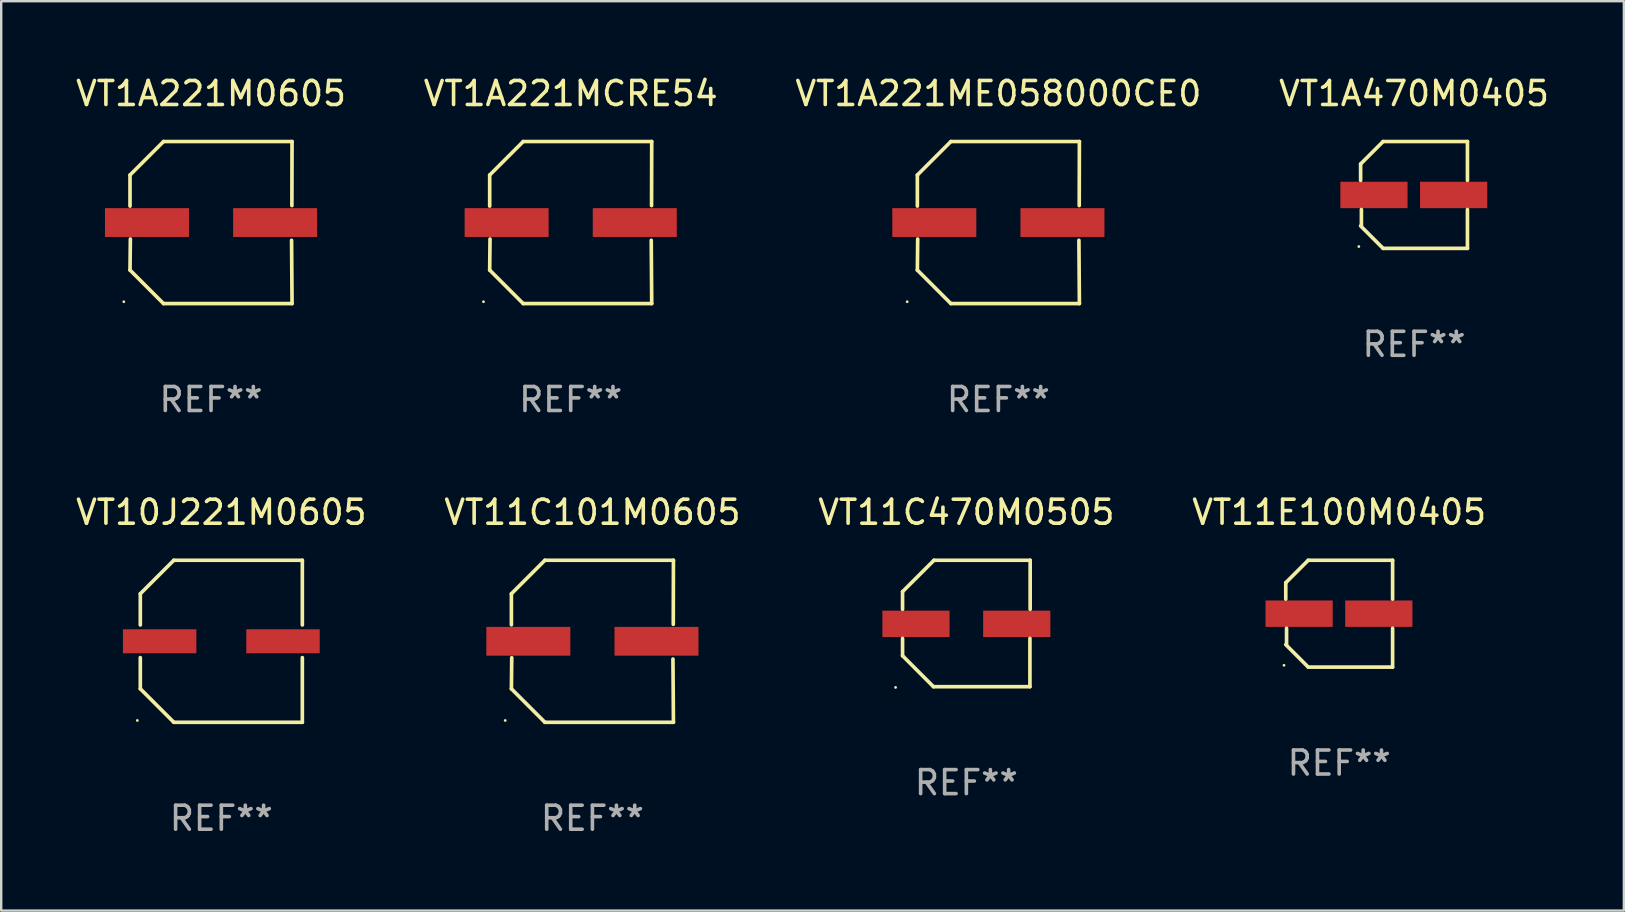
<source format=kicad_pcb>
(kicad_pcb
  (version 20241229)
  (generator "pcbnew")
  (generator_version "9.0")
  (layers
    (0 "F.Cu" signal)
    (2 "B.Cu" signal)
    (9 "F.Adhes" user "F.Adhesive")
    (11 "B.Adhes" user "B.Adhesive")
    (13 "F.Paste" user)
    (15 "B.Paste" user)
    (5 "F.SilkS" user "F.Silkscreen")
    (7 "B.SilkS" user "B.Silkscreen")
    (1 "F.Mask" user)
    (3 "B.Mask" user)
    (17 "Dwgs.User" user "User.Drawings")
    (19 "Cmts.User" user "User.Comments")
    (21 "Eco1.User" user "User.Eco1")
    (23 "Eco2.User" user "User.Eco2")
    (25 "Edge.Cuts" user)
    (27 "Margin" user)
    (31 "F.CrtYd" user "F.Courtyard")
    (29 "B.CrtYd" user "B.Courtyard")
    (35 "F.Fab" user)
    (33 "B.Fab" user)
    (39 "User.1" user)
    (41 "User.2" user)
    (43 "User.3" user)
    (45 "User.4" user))
  (footprint "VT1A221MCRE54"
    (layer "F.Cu")
    (at 20.732 6.224)
    (property "Reference" "VT1A221MCRE54" (at 0 -5.376 0) (layer "F.SilkS") (effects (font (size 1 1) (thickness 0.15))))
    (attr through_hole)
    (fp_line (start -3.376 -1.98) (end -3.376 -0.686) (stroke (width 0.152) (type solid)) (layer "F.SilkS"))
    (fp_line (start -3.376 1.981) (end -3.362 0.686) (stroke (width 0.152) (type solid)) (layer "F.SilkS"))
    (fp_line (start -1.981 3.376) (end -3.376 1.981) (stroke (width 0.152) (type solid)) (layer "F.SilkS"))
    (fp_line (start -1.98 -3.376) (end -3.376 -1.98) (stroke (width 0.152) (type solid)) (layer "F.SilkS"))
    (fp_line (start 3.356 0.74) (end 3.376 3.376) (stroke (width 0.152) (type solid)) (layer "F.SilkS"))
    (fp_line (start 3.369 -0.707) (end 3.376 -3.376) (stroke (width 0.152) (type solid)) (layer "F.SilkS"))
    (fp_line (start 3.376 3.376) (end -1.981 3.376) (stroke (width 0.152) (type solid)) (layer "F.SilkS"))
    (fp_line (start 3.376 -3.376) (end -1.98 -3.376) (stroke (width 0.152) (type solid)) (layer "F.SilkS"))
    (fp_circle (center -3.634 3.3) (end -3.604 3.3) (stroke (width 0.06) (type solid)) (fill no) (layer "F.SilkS"))
    (fp_text user "REF**" (at 0 7.376 0) (layer "F.Fab") (effects (font (size 1 1) (thickness 0.15))))
    (pad "1" smd rect (at -2.67 0.000254) (size 3.5 1.2) (layers "F.Cu" "F.Mask" "F.Paste"))
    (pad "2" smd rect (at 2.67 0.000254) (size 3.5 1.2) (layers "F.Cu" "F.Mask" "F.Paste")))
  (footprint "VT1A221M0605"
    (layer "F.Cu")
    (at 5.744 6.224)
    (property "Reference" "VT1A221M0605" (at 0 -5.376 0) (layer "F.SilkS") (effects (font (size 1 1) (thickness 0.15))))
    (attr through_hole)
    (fp_line (start -3.376 -1.98) (end -3.376 -0.686) (stroke (width 0.152) (type solid)) (layer "F.SilkS"))
    (fp_line (start -3.376 1.981) (end -3.362 0.686) (stroke (width 0.152) (type solid)) (layer "F.SilkS"))
    (fp_line (start -1.981 3.376) (end -3.376 1.981) (stroke (width 0.152) (type solid)) (layer "F.SilkS"))
    (fp_line (start -1.98 -3.376) (end -3.376 -1.98) (stroke (width 0.152) (type solid)) (layer "F.SilkS"))
    (fp_line (start 3.356 0.74) (end 3.376 3.376) (stroke (width 0.152) (type solid)) (layer "F.SilkS"))
    (fp_line (start 3.369 -0.707) (end 3.376 -3.376) (stroke (width 0.152) (type solid)) (layer "F.SilkS"))
    (fp_line (start 3.376 3.376) (end -1.981 3.376) (stroke (width 0.152) (type solid)) (layer "F.SilkS"))
    (fp_line (start 3.376 -3.376) (end -1.98 -3.376) (stroke (width 0.152) (type solid)) (layer "F.SilkS"))
    (fp_circle (center -3.634 3.3) (end -3.604 3.3) (stroke (width 0.06) (type solid)) (fill no) (layer "F.SilkS"))
    (fp_text user "REF**" (at 0 7.376 0) (layer "F.Fab") (effects (font (size 1 1) (thickness 0.15))))
    (pad "1" smd rect (at -2.67 0.000254) (size 3.5 1.2) (layers "F.Cu" "F.Mask" "F.Paste"))
    (pad "2" smd rect (at 2.67 0.000254) (size 3.5 1.2) (layers "F.Cu" "F.Mask" "F.Paste")))
  (footprint "VT1A221ME058000CE0"
    (layer "F.Cu")
    (at 38.554 6.224)
    (property "Reference" "VT1A221ME058000CE0" (at 0 -5.376 0) (layer "F.SilkS") (effects (font (size 1 1) (thickness 0.15))))
    (attr through_hole)
    (fp_line (start -3.376 -1.98) (end -3.376 -0.686) (stroke (width 0.152) (type solid)) (layer "F.SilkS"))
    (fp_line (start -3.376 1.981) (end -3.362 0.686) (stroke (width 0.152) (type solid)) (layer "F.SilkS"))
    (fp_line (start -1.981 3.376) (end -3.376 1.981) (stroke (width 0.152) (type solid)) (layer "F.SilkS"))
    (fp_line (start -1.98 -3.376) (end -3.376 -1.98) (stroke (width 0.152) (type solid)) (layer "F.SilkS"))
    (fp_line (start 3.356 0.74) (end 3.376 3.376) (stroke (width 0.152) (type solid)) (layer "F.SilkS"))
    (fp_line (start 3.369 -0.707) (end 3.376 -3.376) (stroke (width 0.152) (type solid)) (layer "F.SilkS"))
    (fp_line (start 3.376 3.376) (end -1.981 3.376) (stroke (width 0.152) (type solid)) (layer "F.SilkS"))
    (fp_line (start 3.376 -3.376) (end -1.98 -3.376) (stroke (width 0.152) (type solid)) (layer "F.SilkS"))
    (fp_circle (center -3.8 3.3) (end -3.77 3.3) (stroke (width 0.06) (type solid)) (fill no) (layer "F.SilkS"))
    (fp_text user "REF**" (at 0 7.376 0) (layer "F.Fab") (effects (font (size 1 1) (thickness 0.15))))
    (pad "1" smd rect (at -2.67 0.000203) (size 3.5 1.2) (layers "F.Cu" "F.Mask" "F.Paste"))
    (pad "2" smd rect (at 2.67 0.000203) (size 3.5 1.2) (layers "F.Cu" "F.Mask" "F.Paste")))
  (footprint "VT1A470M0405"
    (layer "F.Cu")
    (at 55.875 5.074)
    (property "Reference" "VT1A470M0405" (at 0 -4.226 0) (layer "F.SilkS") (effects (font (size 1 1) (thickness 0.15))))
    (attr through_hole)
    (fp_line (start -2.226 -1.29) (end -2.226 -0.607) (stroke (width 0.152) (type solid)) (layer "F.SilkS"))
    (fp_line (start -2.193 1.29) (end -2.193 0.607) (stroke (width 0.152) (type solid)) (layer "F.SilkS"))
    (fp_line (start -1.29 2.226) (end -2.226 1.29) (stroke (width 0.152) (type solid)) (layer "F.SilkS"))
    (fp_line (start -1.29 -2.226) (end -2.226 -1.29) (stroke (width 0.152) (type solid)) (layer "F.SilkS"))
    (fp_line (start 2.226 -2.226) (end -1.29 -2.226) (stroke (width 0.152) (type solid)) (layer "F.SilkS"))
    (fp_line (start 2.226 -0.607) (end 2.226 -2.226) (stroke (width 0.152) (type solid)) (layer "F.SilkS"))
    (fp_line (start 2.226 0.607) (end 2.226 2.226) (stroke (width 0.152) (type solid)) (layer "F.SilkS"))
    (fp_line (start 2.226 2.226) (end -1.29 2.226) (stroke (width 0.152) (type solid)) (layer "F.SilkS"))
    (fp_circle (center -2.3 2.15) (end -2.27 2.15) (stroke (width 0.06) (type solid)) (fill no) (layer "F.SilkS"))
    (fp_text user "REF**" (at 0 6.226 0) (layer "F.Fab") (effects (font (size 1 1) (thickness 0.15))))
    (pad "1" smd rect (at -1.67 -0.000025) (size 2.8 1.1) (layers "F.Cu" "F.Mask" "F.Paste"))
    (pad "2" smd rect (at 1.651 -0.000025) (size 2.8 1.1) (layers "F.Cu" "F.Mask" "F.Paste")))
  (footprint "VT11C470M0505"
    (layer "F.Cu")
    (at 37.22 22.931)
    (property "Reference" "VT11C470M0505" (at 0 -4.634 0) (layer "F.SilkS") (effects (font (size 1 1) (thickness 0.15))))
    (attr through_hole)
    (fp_line (start -2.659 -1.326) (end -2.659 -0.592) (stroke (width 0.152) (type solid)) (layer "F.SilkS"))
    (fp_line (start -2.659 1.346) (end -2.659 0.622) (stroke (width 0.152) (type solid)) (layer "F.SilkS"))
    (fp_line (start -1.372 2.634) (end -2.659 1.346) (stroke (width 0.152) (type solid)) (layer "F.SilkS"))
    (fp_line (start -1.349 -2.634) (end -2.659 -1.326) (stroke (width 0.152) (type solid)) (layer "F.SilkS"))
    (fp_line (start 2.649 0.622) (end 2.649 2.634) (stroke (width 0.152) (type solid)) (layer "F.SilkS"))
    (fp_line (start 2.649 2.634) (end -1.372 2.634) (stroke (width 0.152) (type solid)) (layer "F.SilkS"))
    (fp_line (start 2.659 -2.634) (end -1.349 -2.634) (stroke (width 0.152) (type solid)) (layer "F.SilkS"))
    (fp_line (start 2.659 -0.592) (end 2.659 -2.634) (stroke (width 0.152) (type solid)) (layer "F.SilkS"))
    (fp_circle (center -2.95 2.665) (end -2.92 2.665) (stroke (width 0.06) (type solid)) (fill no) (layer "F.SilkS"))
    (fp_text user "REF**" (at 0 6.634 0) (layer "F.Fab") (effects (font (size 1 1) (thickness 0.15))))
    (pad "1" smd rect (at -2.1 0.015) (size 2.8 1.1) (layers "F.Cu" "F.Mask" "F.Paste"))
    (pad "2" smd rect (at 2.1 0.015) (size 2.8 1.1) (layers "F.Cu" "F.Mask" "F.Paste")))
  (footprint "VT11E100M0405"
    (layer "F.Cu")
    (at 52.756 22.523)
    (property "Reference" "VT11E100M0405" (at 0 -4.226 0) (layer "F.SilkS") (effects (font (size 1 1) (thickness 0.15))))
    (attr through_hole)
    (fp_line (start -2.226 -1.29) (end -2.226 -0.607) (stroke (width 0.152) (type solid)) (layer "F.SilkS"))
    (fp_line (start -2.193 1.29) (end -2.193 0.607) (stroke (width 0.152) (type solid)) (layer "F.SilkS"))
    (fp_line (start -1.29 2.226) (end -2.226 1.29) (stroke (width 0.152) (type solid)) (layer "F.SilkS"))
    (fp_line (start -1.29 -2.226) (end -2.226 -1.29) (stroke (width 0.152) (type solid)) (layer "F.SilkS"))
    (fp_line (start 2.226 -2.226) (end -1.29 -2.226) (stroke (width 0.152) (type solid)) (layer "F.SilkS"))
    (fp_line (start 2.226 -0.607) (end 2.226 -2.226) (stroke (width 0.152) (type solid)) (layer "F.SilkS"))
    (fp_line (start 2.226 0.607) (end 2.226 2.226) (stroke (width 0.152) (type solid)) (layer "F.SilkS"))
    (fp_line (start 2.226 2.226) (end -1.29 2.226) (stroke (width 0.152) (type solid)) (layer "F.SilkS"))
    (fp_circle (center -2.3 2.15) (end -2.27 2.15) (stroke (width 0.06) (type solid)) (fill no) (layer "F.SilkS"))
    (fp_text user "REF**" (at 0 6.226 0) (layer "F.Fab") (effects (font (size 1 1) (thickness 0.15))))
    (pad "1" smd rect (at -1.67 -0.000025) (size 2.8 1.1) (layers "F.Cu" "F.Mask" "F.Paste"))
    (pad "2" smd rect (at 1.651 -0.000025) (size 2.8 1.1) (layers "F.Cu" "F.Mask" "F.Paste")))
  (footprint "VT10J221M0605"
    (layer "F.Cu")
    (at 6.173 23.673)
    (property "Reference" "VT10J221M0605" (at 0 -5.376 0) (layer "F.SilkS") (effects (font (size 1 1) (thickness 0.15))))
    (attr through_hole)
    (fp_line (start -3.376 -1.98) (end -3.376 -0.68) (stroke (width 0.152) (type solid)) (layer "F.SilkS"))
    (fp_line (start -3.376 -1.98) (end -1.98 -3.376) (stroke (width 0.152) (type solid)) (layer "F.SilkS"))
    (fp_line (start -3.376 0.68) (end -3.376 1.98) (stroke (width 0.152) (type solid)) (layer "F.SilkS"))
    (fp_line (start -3.376 1.98) (end -1.98 3.376) (stroke (width 0.152) (type solid)) (layer "F.SilkS"))
    (fp_line (start -1.98 -3.376) (end 3.376 -3.376) (stroke (width 0.152) (type solid)) (layer "F.SilkS"))
    (fp_line (start -1.98 3.376) (end 3.376 3.376) (stroke (width 0.152) (type solid)) (layer "F.SilkS"))
    (fp_line (start 3.376 -3.376) (end 3.376 -0.68) (stroke (width 0.152) (type solid)) (layer "F.SilkS"))
    (fp_line (start 3.376 0.68) (end 3.376 3.376) (stroke (width 0.152) (type solid)) (layer "F.SilkS"))
    (fp_circle (center -3.501 3.3) (end -3.471 3.3) (stroke (width 0.06) (type solid)) (fill no) (layer "F.SilkS"))
    (fp_text user "REF**" (at 0 7.376 0) (layer "F.Fab") (effects (font (size 1 1) (thickness 0.15))))
    (pad "1" smd rect (at -2.57 0.000013) (size 3.06 1) (layers "F.Cu" "F.Mask" "F.Paste"))
    (pad "2" smd rect (at 2.57 0.000013) (size 3.06 1) (layers "F.Cu" "F.Mask" "F.Paste")))
  (footprint "VT11C101M0605"
    (layer "F.Cu")
    (at 21.637 23.673)
    (property "Reference" "VT11C101M0605" (at 0 -5.376 0) (layer "F.SilkS") (effects (font (size 1 1) (thickness 0.15))))
    (attr through_hole)
    (fp_line (start -3.376 -1.98) (end -3.376 -0.686) (stroke (width 0.152) (type solid)) (layer "F.SilkS"))
    (fp_line (start -3.376 1.981) (end -3.362 0.686) (stroke (width 0.152) (type solid)) (layer "F.SilkS"))
    (fp_line (start -1.981 3.376) (end -3.376 1.981) (stroke (width 0.152) (type solid)) (layer "F.SilkS"))
    (fp_line (start -1.98 -3.376) (end -3.376 -1.98) (stroke (width 0.152) (type solid)) (layer "F.SilkS"))
    (fp_line (start 3.356 0.74) (end 3.376 3.376) (stroke (width 0.152) (type solid)) (layer "F.SilkS"))
    (fp_line (start 3.369 -0.707) (end 3.376 -3.376) (stroke (width 0.152) (type solid)) (layer "F.SilkS"))
    (fp_line (start 3.376 3.376) (end -1.981 3.376) (stroke (width 0.152) (type solid)) (layer "F.SilkS"))
    (fp_line (start 3.376 -3.376) (end -1.98 -3.376) (stroke (width 0.152) (type solid)) (layer "F.SilkS"))
    (fp_circle (center -3.634 3.3) (end -3.604 3.3) (stroke (width 0.06) (type solid)) (fill no) (layer "F.SilkS"))
    (fp_text user "REF**" (at 0 7.376 0) (layer "F.Fab") (effects (font (size 1 1) (thickness 0.15))))
    (pad "1" smd rect (at -2.67 0.000254) (size 3.5 1.2) (layers "F.Cu" "F.Mask" "F.Paste"))
    (pad "2" smd rect (at 2.67 0.000254) (size 3.5 1.2) (layers "F.Cu" "F.Mask" "F.Paste")))
  (gr_rect
    (start -3 -3)
    (end 64.619 34.897)
    (stroke (width 0.1) (type default))
    (fill no)
    (layer "Edge.Cuts")))
</source>
